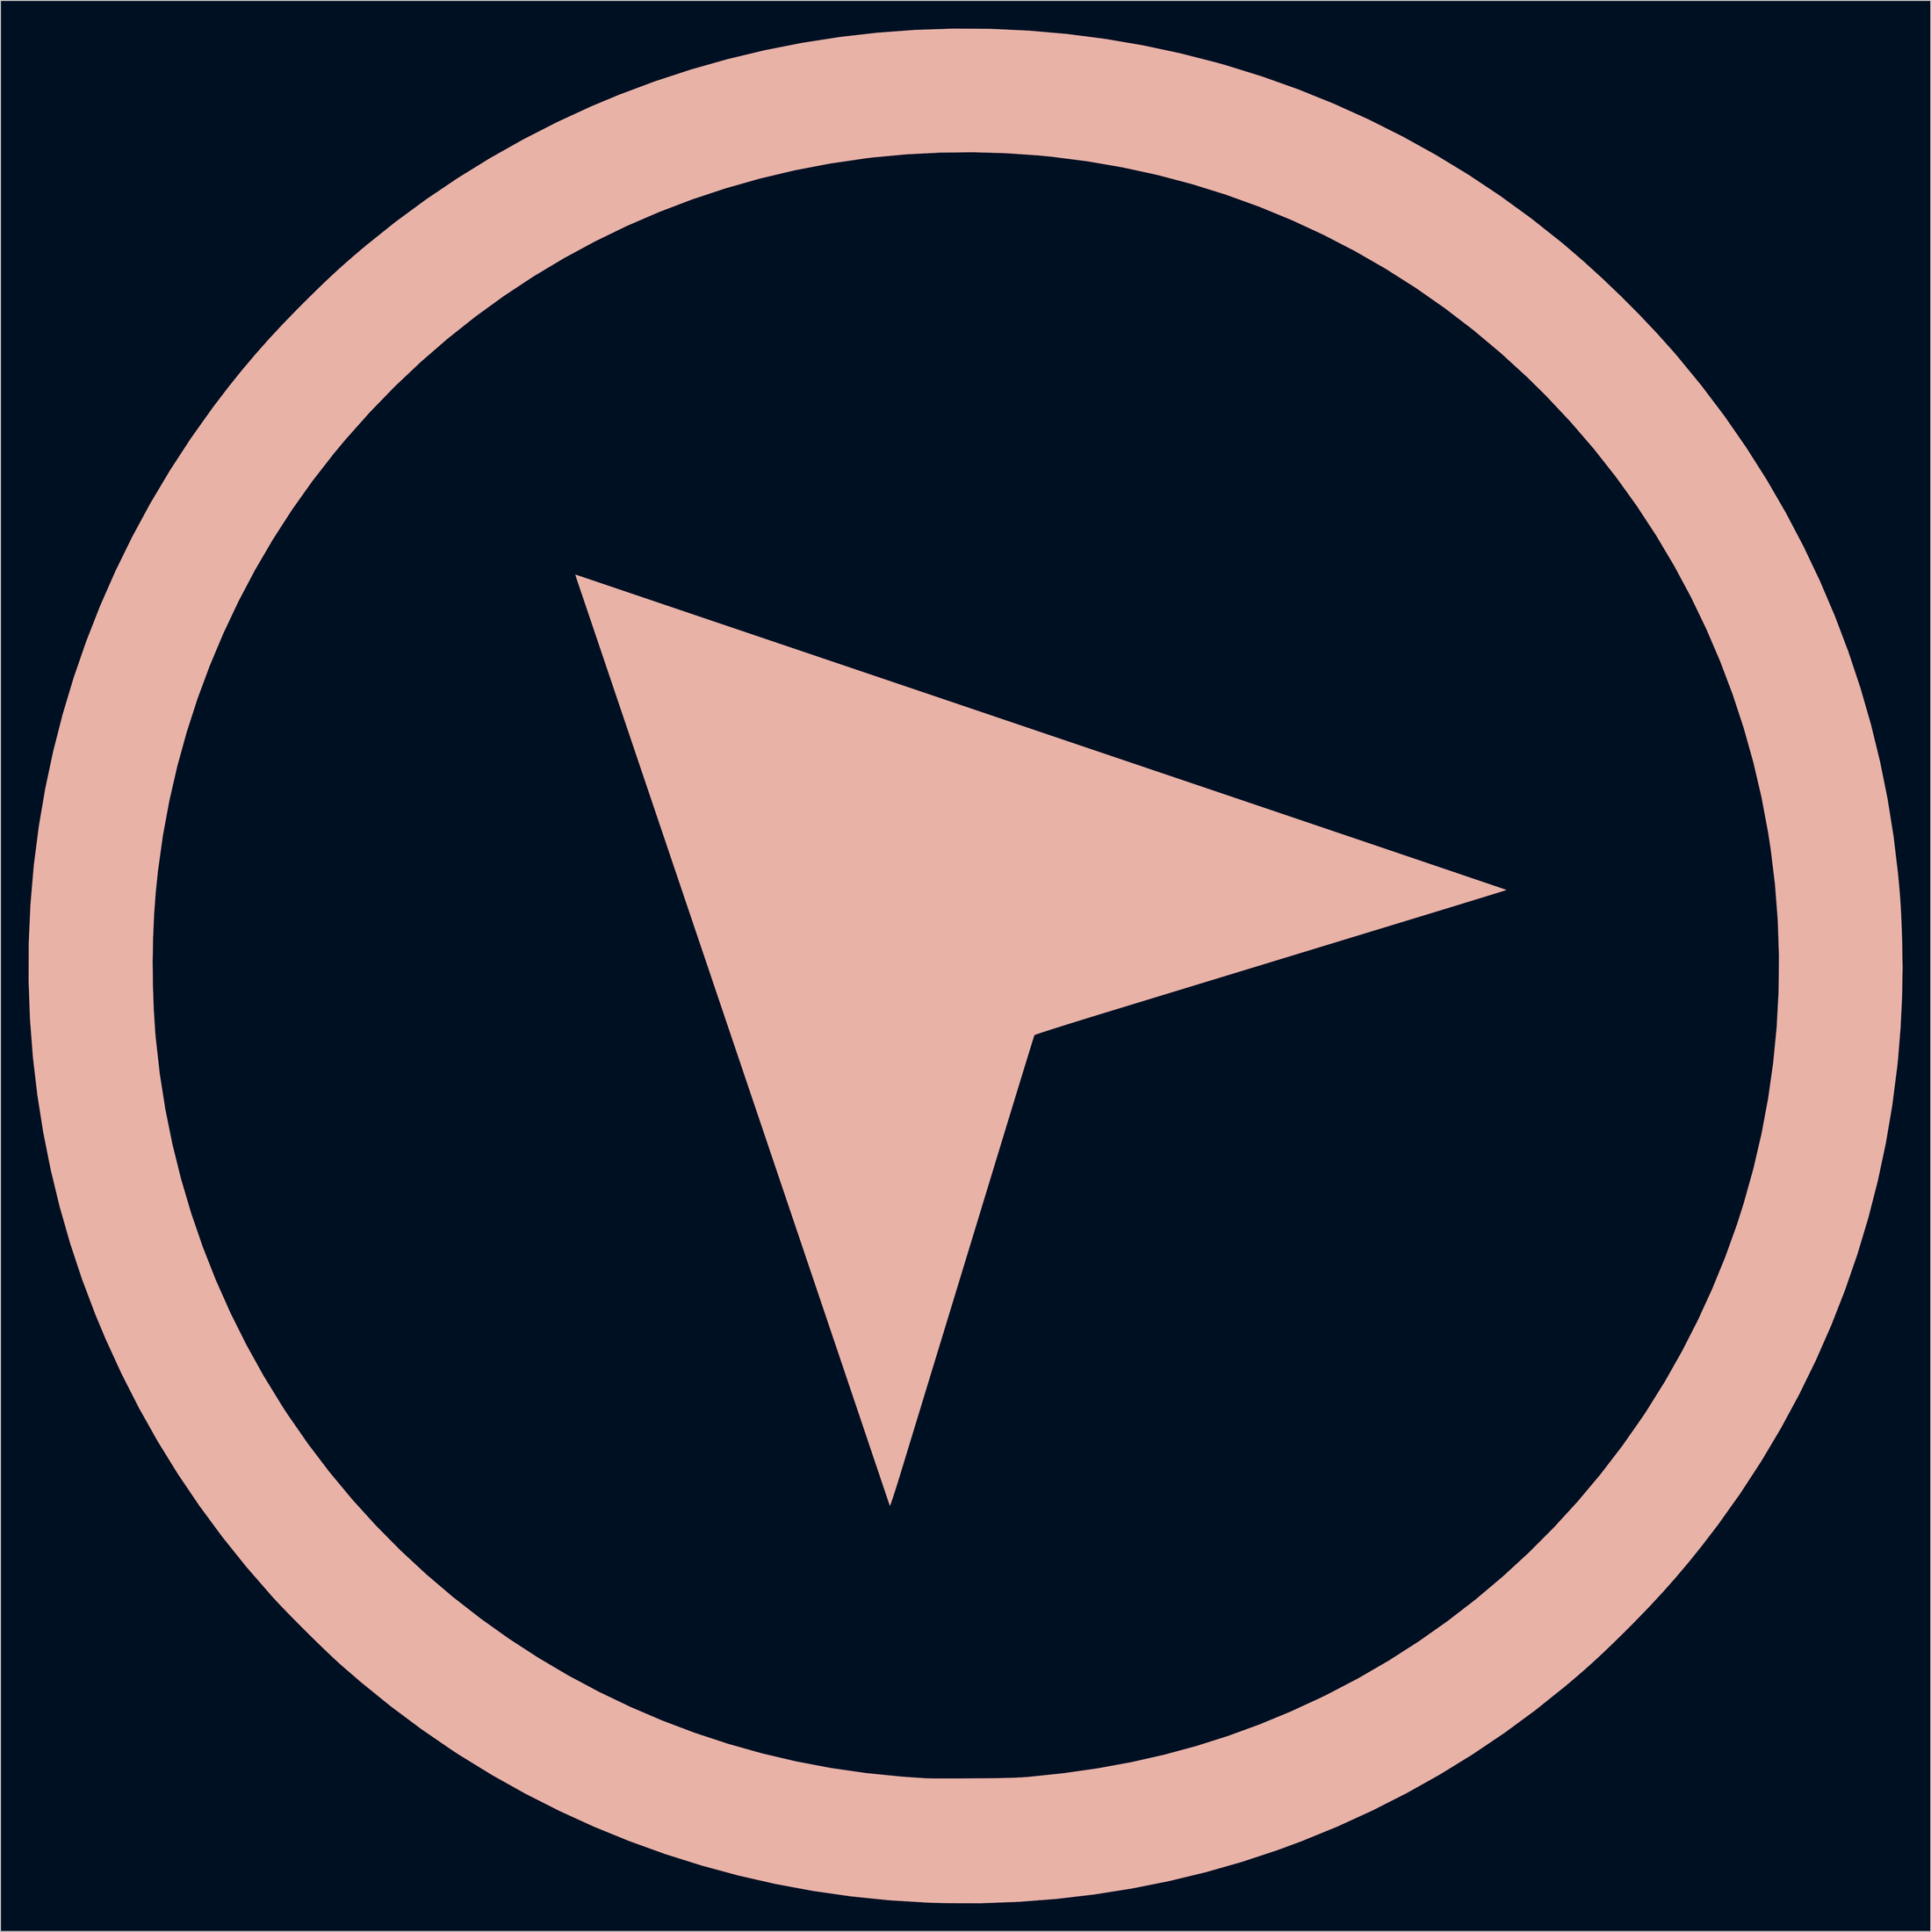
<source format=kicad_pcb>
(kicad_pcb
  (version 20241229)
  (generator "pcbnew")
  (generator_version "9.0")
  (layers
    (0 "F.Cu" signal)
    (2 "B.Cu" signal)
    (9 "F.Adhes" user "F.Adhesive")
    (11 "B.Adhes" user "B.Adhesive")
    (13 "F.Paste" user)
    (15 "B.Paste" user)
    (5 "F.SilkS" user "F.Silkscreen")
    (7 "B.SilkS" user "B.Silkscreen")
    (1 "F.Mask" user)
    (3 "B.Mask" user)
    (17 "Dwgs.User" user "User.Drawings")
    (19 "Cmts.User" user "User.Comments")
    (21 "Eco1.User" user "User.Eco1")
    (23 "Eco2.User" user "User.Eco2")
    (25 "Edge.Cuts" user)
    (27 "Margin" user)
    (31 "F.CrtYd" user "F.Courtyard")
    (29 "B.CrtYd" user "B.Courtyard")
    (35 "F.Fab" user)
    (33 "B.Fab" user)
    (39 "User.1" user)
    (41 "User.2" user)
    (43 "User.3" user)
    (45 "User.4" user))
  (footprint "navigate_20x20_B"
    (layer "F.Cu")
    (at 99.963 99.976)
    (property "Reference" "navigate_20x20_B" (at 0 0 0) (layer "B.SilkS") (effects (font (size 1.524 1.524) (thickness 0.3))))
    (attr through_hole)
    (fp_poly (pts (xy -41.545 -41.714) (xy -41.319 -41.639) (xy -40.964 -41.519) (xy -40.496 -41.362) (xy -39.93 -41.171) (xy -39.283 -40.952) (xy -38.571 -40.71) (xy -37.842 -40.463) (xy -37.109 -40.215) (xy -36.227 -39.916) (xy -35.208 -39.57) (xy -34.061 -39.182) (xy -32.8 -38.754) (xy -31.434 -38.292) (xy -29.976 -37.798) (xy -28.436 -37.277) (xy -26.826 -36.732) (xy -25.158 -36.168) (xy -23.442 -35.587) (xy -21.69 -34.994) (xy -19.913 -34.393) (xy -18.122 -33.787) (xy -16.329 -33.181) (xy -14.546 -32.577) (xy -12.782 -31.981) (xy -11.599 -31.581) (xy -10.767 -31.299) (xy -9.792 -30.97) (xy -8.692 -30.597) (xy -7.484 -30.188) (xy -6.185 -29.749) (xy -4.814 -29.285) (xy -3.387 -28.802) (xy -1.923 -28.306) (xy -0.438 -27.803) (xy 1.05 -27.299) (xy 2.523 -26.8) (xy 3.963 -26.312) (xy 4.657 -26.078) (xy 6.078 -25.596) (xy 7.543 -25.1) (xy 9.033 -24.595) (xy 10.531 -24.088) (xy 12.018 -23.585) (xy 13.477 -23.091) (xy 14.891 -22.612) (xy 16.242 -22.155) (xy 17.511 -21.726) (xy 18.682 -21.33) (xy 19.736 -20.973) (xy 20.655 -20.662) (xy 21.04 -20.532) (xy 22.479 -20.046) (xy 23.975 -19.54) (xy 25.521 -19.018) (xy 27.107 -18.481) (xy 28.727 -17.933) (xy 30.372 -17.376) (xy 32.036 -16.813) (xy 33.71 -16.246) (xy 35.388 -15.678) (xy 37.06 -15.112) (xy 38.72 -14.55) (xy 40.359 -13.995) (xy 41.971 -13.449) (xy 43.547 -12.915) (xy 45.08 -12.395) (xy 46.562 -11.893) (xy 47.985 -11.411) (xy 49.342 -10.95) (xy 50.626 -10.515) (xy 51.827 -10.108) (xy 52.939 -9.73) (xy 53.955 -9.385) (xy 54.865 -9.076) (xy 55.663 -8.805) (xy 56.342 -8.574) (xy 56.892 -8.387) (xy 57.307 -8.245) (xy 57.579 -8.151) (xy 57.701 -8.109) (xy 57.707 -8.107) (xy 57.63 -8.08) (xy 57.402 -8.007) (xy 57.032 -7.891) (xy 56.532 -7.735) (xy 55.911 -7.543) (xy 55.179 -7.317) (xy 54.348 -7.061) (xy 53.427 -6.779) (xy 52.426 -6.472) (xy 51.357 -6.145) (xy 50.229 -5.8) (xy 49.052 -5.441) (xy 48.866 -5.384) (xy 47.452 -4.953) (xy 45.924 -4.487) (xy 44.311 -3.996) (xy 42.64 -3.486) (xy 40.94 -2.968) (xy 39.238 -2.449) (xy 37.563 -1.938) (xy 35.942 -1.443) (xy 34.404 -0.974) (xy 32.976 -0.539) (xy 31.877 -0.203) (xy 30.499 0.217) (xy 28.99 0.678) (xy 27.382 1.168) (xy 25.706 1.679) (xy 23.994 2.202) (xy 22.276 2.726) (xy 20.584 3.242) (xy 18.95 3.741) (xy 17.404 4.213) (xy 15.978 4.648) (xy 15.581 4.769) (xy 14.432 5.12) (xy 13.332 5.459) (xy 12.291 5.781) (xy 11.32 6.083) (xy 10.43 6.362) (xy 9.631 6.614) (xy 8.934 6.836) (xy 8.35 7.025) (xy 7.89 7.178) (xy 7.564 7.29) (xy 7.382 7.358) (xy 7.348 7.377) (xy 7.316 7.47) (xy 7.238 7.716) (xy 7.115 8.106) (xy 6.952 8.631) (xy 6.751 9.282) (xy 6.514 10.051) (xy 6.245 10.927) (xy 5.945 11.902) (xy 5.619 12.968) (xy 5.268 14.115) (xy 4.895 15.334) (xy 4.503 16.616) (xy 4.095 17.952) (xy 3.674 19.334) (xy 3.593 19.6) (xy 3.095 21.236) (xy 2.61 22.827) (xy 2.134 24.386) (xy 1.666 25.924) (xy 1.2 27.452) (xy 0.733 28.983) (xy 0.262 30.526) (xy -0.216 32.095) (xy -0.705 33.7) (xy -1.209 35.352) (xy -1.732 37.065) (xy -2.276 38.847) (xy -2.845 40.713) (xy -3.443 42.672) (xy -4.073 44.736) (xy -4.738 46.917) (xy -5.443 49.226) (xy -6.19 51.675) (xy -6.931 54.102) (xy -7.159 54.843) (xy -7.373 55.527) (xy -7.568 56.138) (xy -7.738 56.661) (xy -7.879 57.081) (xy -7.986 57.381) (xy -8.053 57.547) (xy -8.074 57.573) (xy -8.108 57.475) (xy -8.191 57.229) (xy -8.321 56.846) (xy -8.492 56.339) (xy -8.702 55.718) (xy -8.945 54.997) (xy -9.218 54.188) (xy -9.517 53.301) (xy -9.838 52.35) (xy -10.177 51.345) (xy -10.418 50.631) (xy -10.628 50.007) (xy -10.836 49.39) (xy -11.043 48.775) (xy -11.252 48.158) (xy -11.462 47.534) (xy -11.676 46.899) (xy -11.896 46.248) (xy -12.123 45.577) (xy -12.358 44.88) (xy -12.603 44.155) (xy -12.859 43.395) (xy -13.128 42.598) (xy -13.412 41.757) (xy -13.712 40.869) (xy -14.03 39.929) (xy -14.366 38.933) (xy -14.724 37.875) (xy -15.103 36.753) (xy -15.506 35.56) (xy -15.934 34.294) (xy -16.389 32.948) (xy -16.872 31.519) (xy -17.384 30.001) (xy -17.928 28.392) (xy -18.505 26.685) (xy -19.116 24.878) (xy -19.763 22.964) (xy -20.447 20.94) (xy -21.17 18.8) (xy -21.934 16.542) (xy -22.739 14.159) (xy -23.588 11.648) (xy -24.482 9.004) (xy -25.422 6.222) (xy -26.41 3.299) (xy -27.448 0.229) (xy -28.537 -2.992) (xy -29.678 -6.368) (xy -29.787 -6.689) (xy -30.566 -8.993) (xy -31.332 -11.26) (xy -32.084 -13.485) (xy -32.821 -15.663) (xy -33.539 -17.788) (xy -34.238 -19.854) (xy -34.915 -21.856) (xy -35.568 -23.789) (xy -36.196 -25.646) (xy -36.797 -27.423) (xy -37.369 -29.114) (xy -37.91 -30.714) (xy -38.418 -32.216) (xy -38.892 -33.616) (xy -39.329 -34.907) (xy -39.727 -36.085) (xy -40.085 -37.144) (xy -40.402 -38.079) (xy -40.674 -38.883) (xy -40.9 -39.552) (xy -41.079 -40.079) (xy -41.208 -40.46) (xy -41.286 -40.689) (xy -41.305 -40.746) (xy -41.433 -41.124) (xy -41.536 -41.435) (xy -41.604 -41.651) (xy -41.627 -41.74) (xy -41.627 -41.741) (xy -41.545 -41.714)) (stroke (width 0.01) (type solid)) (fill yes) (layer "B.SilkS"))
    (fp_poly (pts (xy 2.747 -99.943) (xy 6.799 -99.752) (xy 10.844 -99.397) (xy 14.876 -98.878) (xy 18.889 -98.194) (xy 22.877 -97.346) (xy 26.836 -96.333) (xy 27.782 -96.065) (xy 31.678 -94.853) (xy 35.517 -93.484) (xy 39.295 -91.959) (xy 43.006 -90.283) (xy 46.643 -88.458) (xy 50.202 -86.487) (xy 53.675 -84.374) (xy 57.058 -82.122) (xy 60.345 -79.733) (xy 63.529 -77.211) (xy 63.881 -76.919) (xy 65.888 -75.193) (xy 67.912 -73.354) (xy 69.92 -71.435) (xy 71.878 -69.469) (xy 73.752 -67.489) (xy 75.51 -65.527) (xy 75.908 -65.066) (xy 78.513 -61.895) (xy 80.98 -58.63) (xy 83.305 -55.274) (xy 85.488 -51.833) (xy 87.526 -48.311) (xy 89.417 -44.713) (xy 91.16 -41.044) (xy 92.751 -37.308) (xy 94.19 -33.51) (xy 95.473 -29.655) (xy 96.6 -25.747) (xy 97.568 -21.791) (xy 98.375 -17.792) (xy 99.02 -13.754) (xy 99.477 -9.906) (xy 99.56 -9.047) (xy 99.631 -8.276) (xy 99.69 -7.56) (xy 99.741 -6.865) (xy 99.784 -6.156) (xy 99.824 -5.402) (xy 99.86 -4.568) (xy 99.897 -3.621) (xy 99.922 -2.907) (xy 99.973 0.194) (xy 99.917 3.382) (xy 99.757 6.615) (xy 99.492 9.851) (xy 99.395 10.795) (xy 98.873 14.865) (xy 98.186 18.898) (xy 97.336 22.89) (xy 96.325 26.836) (xy 95.156 30.733) (xy 93.828 34.575) (xy 92.346 38.36) (xy 90.709 42.081) (xy 88.92 45.736) (xy 86.981 49.319) (xy 84.893 52.827) (xy 82.658 56.255) (xy 80.278 59.599) (xy 78.554 61.852) (xy 77.182 63.556) (xy 75.792 65.202) (xy 74.357 66.822) (xy 72.848 68.445) (xy 71.237 70.105) (xy 70.218 71.123) (xy 69.28 72.044) (xy 68.428 72.868) (xy 67.632 73.62) (xy 66.864 74.326) (xy 66.096 75.013) (xy 65.298 75.708) (xy 64.44 76.437) (xy 63.966 76.835) (xy 60.777 79.387) (xy 57.485 81.805) (xy 54.097 84.086) (xy 50.617 86.228) (xy 47.05 88.227) (xy 43.4 90.08) (xy 39.675 91.785) (xy 35.877 93.339) (xy 33.274 94.302) (xy 29.477 95.557) (xy 25.616 96.659) (xy 21.699 97.606) (xy 17.737 98.396) (xy 13.739 99.029) (xy 9.714 99.502) (xy 5.673 99.815) (xy 1.624 99.965) (xy -2.422 99.951) (xy -4.064 99.899) (xy -8.156 99.649) (xy -12.225 99.234) (xy -16.265 98.654) (xy -20.272 97.911) (xy -24.239 97.007) (xy -28.163 95.943) (xy -32.039 94.721) (xy -35.86 93.342) (xy -39.623 91.809) (xy -43.322 90.122) (xy -46.953 88.283) (xy -50.51 86.295) (xy -53.988 84.158) (xy -54.737 83.671) (xy -58.071 81.385) (xy -61.332 78.952) (xy -64.524 76.367) (xy -66.633 74.544) (xy -67.162 74.063) (xy -67.785 73.481) (xy -68.48 72.817) (xy -69.226 72.094) (xy -70.001 71.333) (xy -70.782 70.556) (xy -71.55 69.783) (xy -72.281 69.038) (xy -72.955 68.34) (xy -73.549 67.712) (xy -73.958 67.268) (xy -76.695 64.126) (xy -79.285 60.899) (xy -81.729 57.588) (xy -84.027 54.192) (xy -86.178 50.711) (xy -88.184 47.143) (xy -90.045 43.488) (xy -91.76 39.746) (xy -92.837 37.169) (xy -94.264 33.393) (xy -95.533 29.558) (xy -96.646 25.67) (xy -97.599 21.735) (xy -98.393 17.761) (xy -99.027 13.753) (xy -99.5 9.718) (xy -99.811 5.664) (xy -99.958 1.596) (xy -99.95 -0.477) (xy -86.726 -0.477) (xy -86.703 2.07) (xy -86.614 4.575) (xy -86.459 6.989) (xy -86.398 7.705) (xy -85.97 11.512) (xy -85.376 15.287) (xy -84.619 19.024) (xy -83.7 22.719) (xy -82.622 26.367) (xy -81.385 29.962) (xy -79.992 33.5) (xy -78.445 36.975) (xy -76.745 40.383) (xy -74.894 43.718) (xy -72.893 46.975) (xy -72.329 47.839) (xy -70.156 50.971) (xy -67.859 53.991) (xy -65.444 56.896) (xy -62.914 59.683) (xy -60.275 62.35) (xy -57.53 64.894) (xy -54.685 67.312) (xy -51.744 69.601) (xy -48.712 71.76) (xy -45.593 73.784) (xy -42.391 75.673) (xy -39.113 77.422) (xy -35.761 79.029) (xy -32.341 80.492) (xy -28.857 81.808) (xy -25.314 82.974) (xy -21.716 83.987) (xy -18.068 84.845) (xy -14.375 85.545) (xy -10.641 86.085) (xy -6.871 86.461) (xy -5.969 86.527) (xy -5.47 86.56) (xy -4.995 86.592) (xy -4.587 86.62) (xy -4.286 86.641) (xy -4.191 86.647) (xy -4.025 86.653) (xy -3.708 86.657) (xy -3.257 86.66) (xy -2.69 86.662) (xy -2.024 86.662) (xy -1.277 86.662) (xy -0.467 86.66) (xy 0.389 86.656) (xy 0.677 86.655) (xy 1.904 86.647) (xy 2.976 86.635) (xy 3.908 86.619) (xy 4.715 86.599) (xy 5.411 86.575) (xy 6.011 86.545) (xy 6.529 86.51) (xy 6.689 86.497) (xy 10.453 86.102) (xy 14.117 85.579) (xy 17.691 84.923) (xy 21.188 84.132) (xy 24.622 83.202) (xy 28.002 82.129) (xy 31.343 80.91) (xy 34.657 79.541) (xy 37.955 78.021) (xy 38.566 77.722) (xy 41.905 75.978) (xy 45.166 74.086) (xy 48.342 72.052) (xy 51.428 69.879) (xy 54.419 67.573) (xy 57.309 65.137) (xy 60.094 62.578) (xy 62.768 59.899) (xy 65.326 57.106) (xy 67.762 54.202) (xy 70.072 51.193) (xy 72.249 48.083) (xy 72.664 47.455) (xy 74.609 44.34) (xy 76.429 41.125) (xy 78.116 37.827) (xy 79.661 34.463) (xy 81.059 31.048) (xy 82.299 27.601) (xy 83.025 25.329) (xy 84.059 21.629) (xy 84.928 17.895) (xy 85.632 14.135) (xy 86.17 10.353) (xy 86.542 6.554) (xy 86.748 2.744) (xy 86.787 -1.071) (xy 86.659 -4.886) (xy 86.364 -8.696) (xy 85.901 -12.496) (xy 85.633 -14.224) (xy 84.929 -17.982) (xy 84.063 -21.69) (xy 83.039 -25.346) (xy 81.858 -28.943) (xy 80.522 -32.479) (xy 79.035 -35.949) (xy 77.398 -39.349) (xy 75.613 -42.674) (xy 73.683 -45.92) (xy 71.61 -49.083) (xy 69.397 -52.159) (xy 67.045 -55.143) (xy 64.556 -58.031) (xy 61.934 -60.819) (xy 59.955 -62.771) (xy 57.115 -65.368) (xy 54.181 -67.827) (xy 51.155 -70.144) (xy 48.042 -72.319) (xy 44.845 -74.35) (xy 41.569 -76.234) (xy 38.218 -77.97) (xy 34.795 -79.556) (xy 31.304 -80.991) (xy 27.75 -82.273) (xy 24.136 -83.399) (xy 20.466 -84.368) (xy 16.745 -85.178) (xy 12.975 -85.828) (xy 9.162 -86.315) (xy 7.916 -86.438) (xy 4.399 -86.685) (xy 0.837 -86.789) (xy -2.738 -86.75) (xy -6.292 -86.569) (xy -9.793 -86.246) (xy -10.668 -86.141) (xy -14.478 -85.582) (xy -18.238 -84.861) (xy -21.945 -83.981) (xy -25.595 -82.945) (xy -29.184 -81.754) (xy -32.709 -80.41) (xy -36.166 -78.916) (xy -39.55 -77.273) (xy -42.859 -75.484) (xy -46.088 -73.551) (xy -49.234 -71.475) (xy -52.293 -69.26) (xy -55.261 -66.906) (xy -58.135 -64.417) (xy -60.909 -61.794) (xy -63.582 -59.039) (xy -66.149 -56.154) (xy -67.402 -54.652) (xy -69.707 -51.691) (xy -71.879 -48.631) (xy -73.913 -45.476) (xy -75.808 -42.235) (xy -77.561 -38.912) (xy -79.169 -35.514) (xy -80.629 -32.049) (xy -81.94 -28.52) (xy -83.099 -24.936) (xy -84.103 -21.302) (xy -84.949 -17.625) (xy -85.636 -13.911) (xy -86.16 -10.166) (xy -86.398 -7.874) (xy -86.574 -5.498) (xy -86.683 -3.016) (xy -86.726 -0.477) (xy -99.95 -0.477) (xy -99.942 -2.479) (xy -99.761 -6.554) (xy -99.414 -10.622) (xy -99.395 -10.795) (xy -98.873 -14.865) (xy -98.186 -18.898) (xy -97.336 -22.89) (xy -96.325 -26.836) (xy -95.156 -30.733) (xy -93.828 -34.575) (xy -92.346 -38.36) (xy -90.709 -42.081) (xy -88.92 -45.736) (xy -86.981 -49.319) (xy -84.893 -52.827) (xy -82.658 -56.255) (xy -80.278 -59.599) (xy -78.554 -61.852) (xy -77.182 -63.556) (xy -75.792 -65.202) (xy -74.357 -66.822) (xy -72.848 -68.445) (xy -71.237 -70.105) (xy -70.218 -71.123) (xy -69.28 -72.044) (xy -68.428 -72.868) (xy -67.632 -73.62) (xy -66.864 -74.326) (xy -66.096 -75.013) (xy -65.298 -75.708) (xy -64.44 -76.437) (xy -63.966 -76.835) (xy -60.814 -79.357) (xy -57.551 -81.755) (xy -54.188 -84.024) (xy -50.733 -86.157) (xy -47.196 -88.149) (xy -43.588 -89.993) (xy -39.919 -91.685) (xy -36.992 -92.906) (xy -33.165 -94.338) (xy -29.291 -95.609) (xy -25.375 -96.718) (xy -21.423 -97.666) (xy -17.439 -98.452) (xy -13.431 -99.076) (xy -9.402 -99.537) (xy -5.36 -99.836) (xy -1.308 -99.971) (xy 2.747 -99.943)) (stroke (width 0.01) (type solid)) (fill yes) (layer "B.SilkS")))
  (gr_rect
    (start -3 -3)
    (end 202.941 202.946)
    (stroke (width 0.1) (type default))
    (fill no)
    (layer "Edge.Cuts")))
</source>
